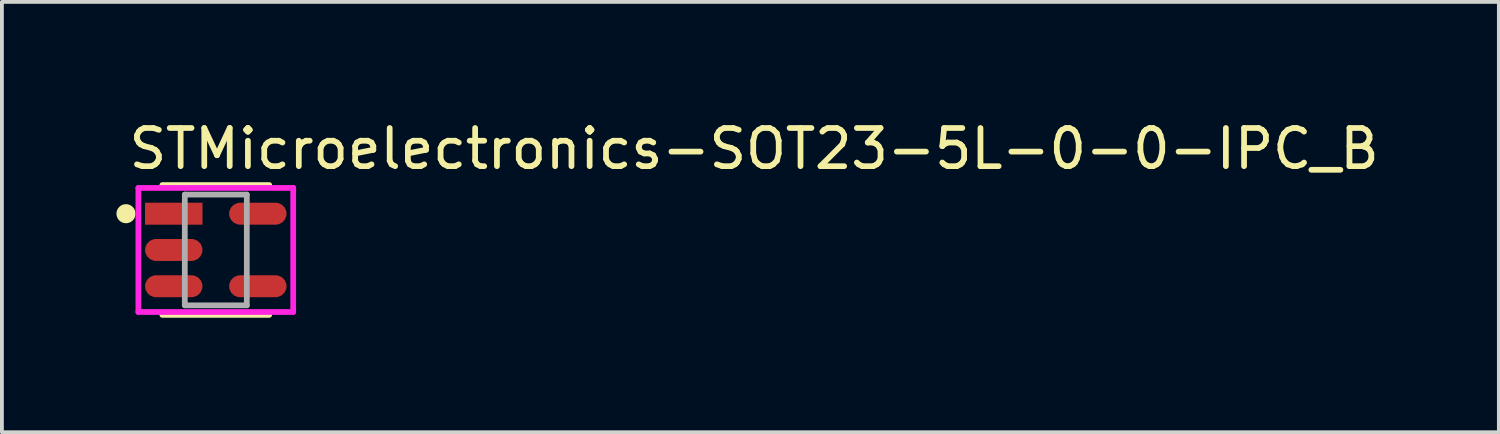
<source format=kicad_pcb>
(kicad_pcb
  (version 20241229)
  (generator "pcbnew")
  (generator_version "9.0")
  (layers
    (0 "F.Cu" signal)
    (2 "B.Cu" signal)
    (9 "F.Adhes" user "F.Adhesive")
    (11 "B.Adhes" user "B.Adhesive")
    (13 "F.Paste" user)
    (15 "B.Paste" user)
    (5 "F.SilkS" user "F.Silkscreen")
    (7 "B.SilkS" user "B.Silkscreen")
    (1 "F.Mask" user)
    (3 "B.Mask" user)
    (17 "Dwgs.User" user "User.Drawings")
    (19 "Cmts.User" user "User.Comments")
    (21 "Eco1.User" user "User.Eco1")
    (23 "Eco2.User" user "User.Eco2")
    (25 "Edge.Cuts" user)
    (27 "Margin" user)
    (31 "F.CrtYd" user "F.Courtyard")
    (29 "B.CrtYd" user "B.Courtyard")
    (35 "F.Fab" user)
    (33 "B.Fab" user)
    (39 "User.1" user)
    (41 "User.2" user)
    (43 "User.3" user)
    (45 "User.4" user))
  (footprint "STMicroelectronics-SOT23-5L-0-0-IPC_B"
    (layer "F.Cu")
    (at 2.603 3.498)
    (property "Reference" "STMicroelectronics-SOT23-5L-0-0-IPC_B" (at -2.353 -2.65 0) (layer "F.SilkS") (effects (font (size 1 1) (thickness 0.15)) (justify left)))
    (attr through_hole)
    (fp_line (start -1.4 -1.7) (end 1.4 -1.7) (stroke (width 0.15) (type solid)) (layer "F.SilkS"))
    (fp_line (start -1.4 1.7) (end 1.4 1.7) (stroke (width 0.15) (type solid)) (layer "F.SilkS"))
    (fp_circle (center -2.353 -0.95) (end -2.228 -0.95) (stroke (width 0.25) (type solid)) (fill no) (layer "F.SilkS"))
    (fp_line (start -2.028 -1.625) (end -2.028 1.625) (stroke (width 0.15) (type solid)) (layer "F.CrtYd"))
    (fp_line (start -2.028 1.625) (end 2.028 1.625) (stroke (width 0.15) (type solid)) (layer "F.CrtYd"))
    (fp_line (start 2.028 -1.625) (end -2.028 -1.625) (stroke (width 0.15) (type solid)) (layer "F.CrtYd"))
    (fp_line (start 2.028 -1.625) (end 2.028 -1.625) (stroke (width 0.15) (type solid)) (layer "F.CrtYd"))
    (fp_line (start 2.028 1.625) (end 2.028 -1.625) (stroke (width 0.15) (type solid)) (layer "F.CrtYd"))
    (fp_line (start -0.812 -1.45) (end 0.812 -1.45) (stroke (width 0.15) (type solid)) (layer "F.Fab"))
    (fp_line (start -0.812 1.45) (end -0.812 -1.45) (stroke (width 0.15) (type solid)) (layer "F.Fab"))
    (fp_line (start 0.812 -1.45) (end 0.812 1.45) (stroke (width 0.15) (type solid)) (layer "F.Fab"))
    (fp_line (start 0.812 1.45) (end -0.812 1.45) (stroke (width 0.15) (type solid)) (layer "F.Fab"))
    (pad "1" smd rect (at -1.101 -0.95) (size 1.505 0.576) (layers "F.Cu" "F.Mask" "F.Paste"))
    (pad "2" smd roundrect (at -1.101 0.000001) (size 1.505 0.576) (layers "F.Cu" "F.Mask" "F.Paste") (roundrect_rratio 0.5))
    (pad "3" smd roundrect (at -1.101 0.95) (size 1.505 0.576) (layers "F.Cu" "F.Mask" "F.Paste") (roundrect_rratio 0.5))
    (pad "4" smd roundrect (at 1.101 0.95) (size 1.505 0.576) (layers "F.Cu" "F.Mask" "F.Paste") (roundrect_rratio 0.5))
    (pad "5" smd roundrect (at 1.101 -0.95) (size 1.505 0.576) (layers "F.Cu" "F.Mask" "F.Paste") (roundrect_rratio 0.5)))
  (gr_rect
    (start -3 -3)
    (end 36.214 8.273)
    (stroke (width 0.1) (type default))
    (fill no)
    (layer "Edge.Cuts")))
</source>
